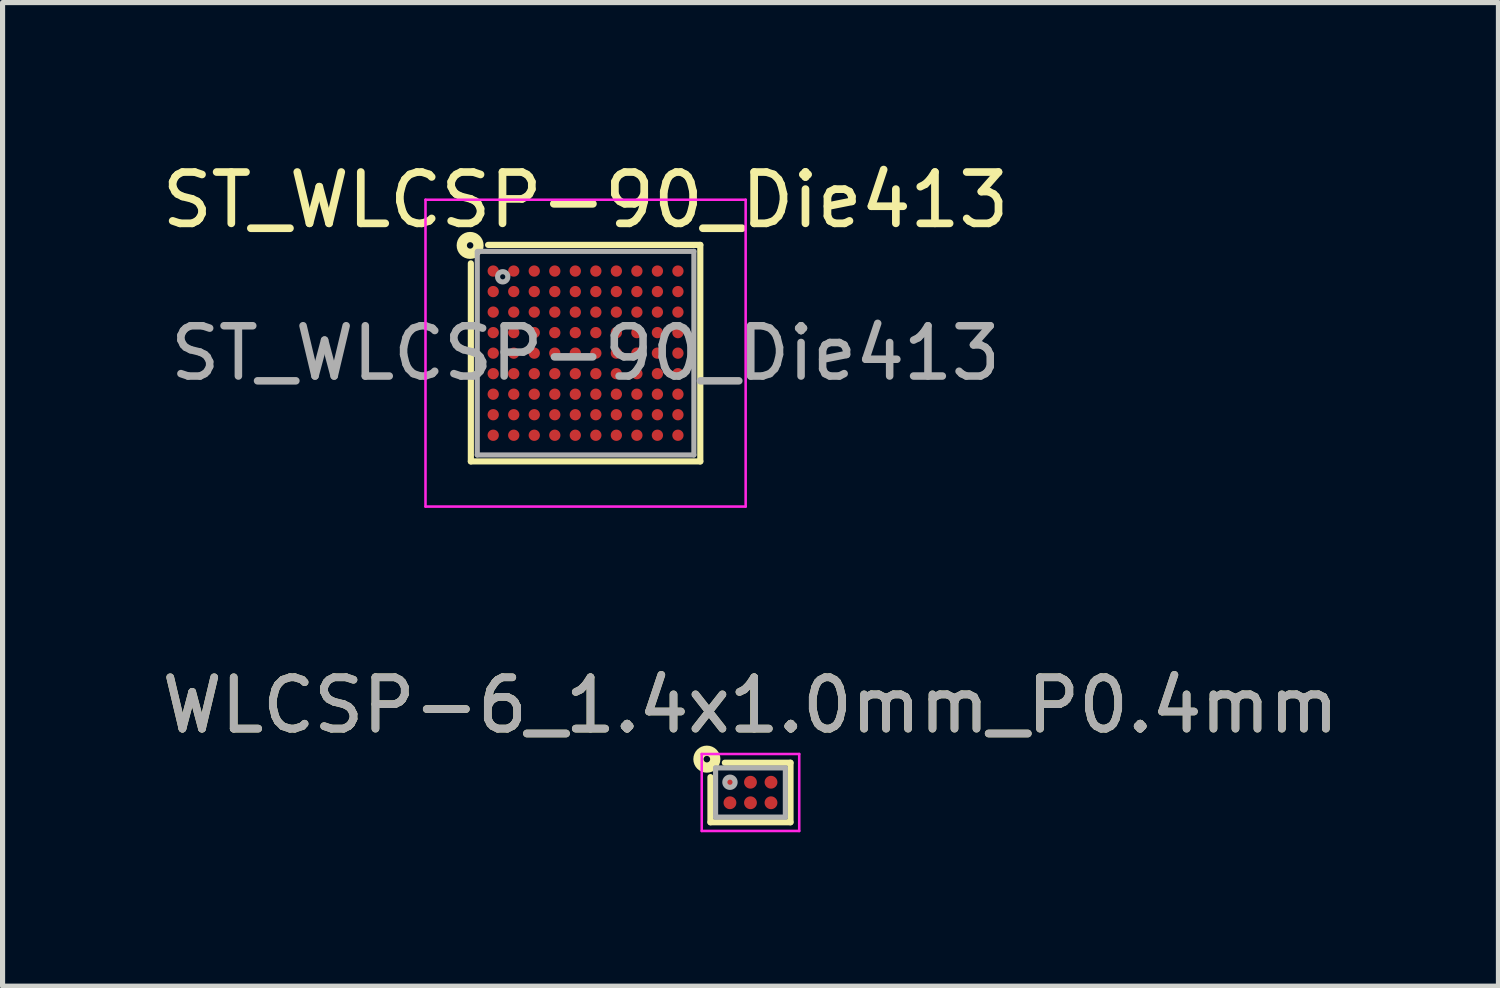
<source format=kicad_pcb>
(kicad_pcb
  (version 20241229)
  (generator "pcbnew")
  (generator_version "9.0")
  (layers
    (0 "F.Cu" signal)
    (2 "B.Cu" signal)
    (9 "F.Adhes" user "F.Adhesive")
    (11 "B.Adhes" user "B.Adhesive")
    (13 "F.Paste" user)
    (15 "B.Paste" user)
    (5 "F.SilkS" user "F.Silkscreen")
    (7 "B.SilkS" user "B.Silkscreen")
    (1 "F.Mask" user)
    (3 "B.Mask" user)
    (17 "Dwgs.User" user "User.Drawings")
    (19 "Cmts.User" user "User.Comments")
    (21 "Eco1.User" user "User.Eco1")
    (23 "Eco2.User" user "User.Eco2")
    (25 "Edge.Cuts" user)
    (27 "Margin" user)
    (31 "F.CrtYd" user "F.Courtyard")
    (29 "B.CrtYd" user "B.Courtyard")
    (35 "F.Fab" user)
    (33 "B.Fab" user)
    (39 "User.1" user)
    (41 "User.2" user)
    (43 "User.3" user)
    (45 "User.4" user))
  (footprint "WLCSP-6_1.4x1.0mm_P0.4mm"
    (layer "F.Cu")
    (at 11.577 12.396)
    (property "Reference" "WLCSP-6_1.4x1.0mm_P0.4mm" (at 0 -1.7 0) (layer "F.SilkS") (effects (font (size 1 1) (thickness 0.15))))
    (attr smd)
    (fp_line (start -0.78 0.58) (end -0.78 -0.3) (stroke (width 0.12) (type solid)) (layer "F.SilkS"))
    (fp_line (start -0.5 -0.58) (end 0.78 -0.58) (stroke (width 0.12) (type solid)) (layer "F.SilkS"))
    (fp_line (start 0.78 -0.58) (end 0.78 0.58) (stroke (width 0.12) (type solid)) (layer "F.SilkS"))
    (fp_line (start 0.78 0.58) (end -0.78 0.58) (stroke (width 0.12) (type solid)) (layer "F.SilkS"))
    (fp_circle (center -0.85 -0.65) (end -0.786 -0.65) (stroke (width 0.2) (type solid)) (fill no) (layer "F.SilkS"))
    (fp_line (start -0.95 -0.75) (end 0.95 -0.75) (stroke (width 0.05) (type solid)) (layer "F.CrtYd"))
    (fp_line (start -0.95 0.75) (end -0.95 -0.75) (stroke (width 0.05) (type solid)) (layer "F.CrtYd"))
    (fp_line (start 0.95 -0.75) (end 0.95 0.75) (stroke (width 0.05) (type solid)) (layer "F.CrtYd"))
    (fp_line (start 0.95 0.75) (end -0.95 0.75) (stroke (width 0.05) (type solid)) (layer "F.CrtYd"))
    (fp_line (start -0.68 -0.48) (end 0.68 -0.48) (stroke (width 0.1) (type solid)) (layer "F.Fab"))
    (fp_line (start -0.68 0.48) (end -0.68 -0.48) (stroke (width 0.1) (type solid)) (layer "F.Fab"))
    (fp_line (start 0.68 -0.48) (end 0.68 0.48) (stroke (width 0.1) (type solid)) (layer "F.Fab"))
    (fp_line (start 0.68 0.48) (end -0.68 0.48) (stroke (width 0.1) (type solid)) (layer "F.Fab"))
    (fp_circle (center -0.4 -0.2) (end -0.3 -0.2) (stroke (width 0.1) (type solid)) (fill no) (layer "F.Fab"))
    (fp_text user "${REFERENCE}" (at 0 -1.7 0) (layer "F.Fab") (effects (font (size 1 1) (thickness 0.15))))
    (pad "A1" smd circle (at -0.4 -0.2 90) (size 0.25 0.25) (layers "F.Cu" "F.Mask" "F.Paste"))
    (pad "A2" smd circle (at -0.4 0.2 90) (size 0.25 0.25) (layers "F.Cu" "F.Mask" "F.Paste"))
    (pad "B1" smd circle (at 0 -0.2 90) (size 0.25 0.25) (layers "F.Cu" "F.Mask" "F.Paste"))
    (pad "B2" smd circle (at 0 0.2 90) (size 0.25 0.25) (layers "F.Cu" "F.Mask" "F.Paste"))
    (pad "C1" smd circle (at 0.4 -0.2 90) (size 0.25 0.25) (layers "F.Cu" "F.Mask" "F.Paste"))
    (pad "C2" smd circle (at 0.4 0.2 90) (size 0.25 0.25) (layers "F.Cu" "F.Mask" "F.Paste")))
  (footprint "ST_WLCSP-90_Die413"
    (layer "F.Cu")
    (at 8.363 3.833)
    (property "Reference" "ST_WLCSP-90_Die413" (at 0 -2.985 0) (layer "F.SilkS") (effects (font (size 1 1) (thickness 0.15))))
    (attr smd)
    (fp_line (start -2.236 2.11) (end -2.236 -1.75) (stroke (width 0.12) (type solid)) (layer "F.SilkS"))
    (fp_line (start -1.9 -2.11) (end 2.236 -2.11) (stroke (width 0.12) (type solid)) (layer "F.SilkS"))
    (fp_line (start 2.236 -2.11) (end 2.236 2.11) (stroke (width 0.12) (type solid)) (layer "F.SilkS"))
    (fp_line (start 2.236 2.11) (end -2.236 2.11) (stroke (width 0.12) (type solid)) (layer "F.SilkS"))
    (fp_circle (center -2.25 -2.1) (end -2.187 -2.1) (stroke (width 0.2) (type solid)) (fill no) (layer "F.SilkS"))
    (fp_line (start -3.12 -2.99) (end -3.12 2.99) (stroke (width 0.05) (type solid)) (layer "F.CrtYd"))
    (fp_line (start -3.12 2.99) (end 3.12 2.99) (stroke (width 0.05) (type solid)) (layer "F.CrtYd"))
    (fp_line (start 3.12 -2.99) (end -3.12 -2.99) (stroke (width 0.05) (type solid)) (layer "F.CrtYd"))
    (fp_line (start 3.12 2.99) (end 3.12 -2.99) (stroke (width 0.05) (type solid)) (layer "F.CrtYd"))
    (fp_line (start -2.111 1.984) (end -2.111 -1.97) (stroke (width 0.1) (type solid)) (layer "F.Fab"))
    (fp_line (start -2.11 -1.984) (end 2.111 -1.984) (stroke (width 0.1) (type solid)) (layer "F.Fab"))
    (fp_line (start 2.111 -1.984) (end 2.111 1.984) (stroke (width 0.1) (type solid)) (layer "F.Fab"))
    (fp_line (start 2.111 1.984) (end -2.111 1.984) (stroke (width 0.1) (type solid)) (layer "F.Fab"))
    (fp_circle (center -1.615 -1.488) (end -1.515 -1.488) (stroke (width 0.1) (type solid)) (fill no) (layer "F.Fab"))
    (fp_text user "${REFERENCE}" (at 0 0 0) (layer "F.Fab") (effects (font (size 0.98 0.98) (thickness 0.147))))
    (pad "A1" smd circle (at -1.8 -1.6) (size 0.22 0.22) (layers "F.Cu" "F.Mask" "F.Paste"))
    (pad "A2" smd circle (at -1.4 -1.6) (size 0.22 0.22) (layers "F.Cu" "F.Mask" "F.Paste"))
    (pad "A3" smd circle (at -1 -1.6) (size 0.22 0.22) (layers "F.Cu" "F.Mask" "F.Paste"))
    (pad "A4" smd circle (at -0.6 -1.6) (size 0.22 0.22) (layers "F.Cu" "F.Mask" "F.Paste"))
    (pad "A5" smd circle (at -0.2 -1.6) (size 0.22 0.22) (layers "F.Cu" "F.Mask" "F.Paste"))
    (pad "A6" smd circle (at 0.2 -1.6) (size 0.22 0.22) (layers "F.Cu" "F.Mask" "F.Paste"))
    (pad "A7" smd circle (at 0.6 -1.6) (size 0.22 0.22) (layers "F.Cu" "F.Mask" "F.Paste"))
    (pad "A8" smd circle (at 1 -1.6) (size 0.22 0.22) (layers "F.Cu" "F.Mask" "F.Paste"))
    (pad "A9" smd circle (at 1.4 -1.6) (size 0.22 0.22) (layers "F.Cu" "F.Mask" "F.Paste"))
    (pad "A10" smd circle (at 1.8 -1.6) (size 0.22 0.22) (layers "F.Cu" "F.Mask" "F.Paste"))
    (pad "B1" smd circle (at -1.8 -1.2) (size 0.22 0.22) (layers "F.Cu" "F.Mask" "F.Paste"))
    (pad "B2" smd circle (at -1.4 -1.2) (size 0.22 0.22) (layers "F.Cu" "F.Mask" "F.Paste"))
    (pad "B3" smd circle (at -1 -1.2) (size 0.22 0.22) (layers "F.Cu" "F.Mask" "F.Paste"))
    (pad "B4" smd circle (at -0.6 -1.2) (size 0.22 0.22) (layers "F.Cu" "F.Mask" "F.Paste"))
    (pad "B5" smd circle (at -0.2 -1.2) (size 0.22 0.22) (layers "F.Cu" "F.Mask" "F.Paste"))
    (pad "B6" smd circle (at 0.2 -1.2) (size 0.22 0.22) (layers "F.Cu" "F.Mask" "F.Paste"))
    (pad "B7" smd circle (at 0.6 -1.2) (size 0.22 0.22) (layers "F.Cu" "F.Mask" "F.Paste"))
    (pad "B8" smd circle (at 1 -1.2) (size 0.22 0.22) (layers "F.Cu" "F.Mask" "F.Paste"))
    (pad "B9" smd circle (at 1.4 -1.2) (size 0.22 0.22) (layers "F.Cu" "F.Mask" "F.Paste"))
    (pad "B10" smd circle (at 1.8 -1.2) (size 0.22 0.22) (layers "F.Cu" "F.Mask" "F.Paste"))
    (pad "C1" smd circle (at -1.8 -0.8) (size 0.22 0.22) (layers "F.Cu" "F.Mask" "F.Paste"))
    (pad "C2" smd circle (at -1.4 -0.8) (size 0.22 0.22) (layers "F.Cu" "F.Mask" "F.Paste"))
    (pad "C3" smd circle (at -1 -0.8) (size 0.22 0.22) (layers "F.Cu" "F.Mask" "F.Paste"))
    (pad "C4" smd circle (at -0.6 -0.8) (size 0.22 0.22) (layers "F.Cu" "F.Mask" "F.Paste"))
    (pad "C5" smd circle (at -0.2 -0.8) (size 0.22 0.22) (layers "F.Cu" "F.Mask" "F.Paste"))
    (pad "C6" smd circle (at 0.2 -0.8) (size 0.22 0.22) (layers "F.Cu" "F.Mask" "F.Paste"))
    (pad "C7" smd circle (at 0.6 -0.8) (size 0.22 0.22) (layers "F.Cu" "F.Mask" "F.Paste"))
    (pad "C8" smd circle (at 1 -0.8) (size 0.22 0.22) (layers "F.Cu" "F.Mask" "F.Paste"))
    (pad "C9" smd circle (at 1.4 -0.8) (size 0.22 0.22) (layers "F.Cu" "F.Mask" "F.Paste"))
    (pad "C10" smd circle (at 1.8 -0.8) (size 0.22 0.22) (layers "F.Cu" "F.Mask" "F.Paste"))
    (pad "D1" smd circle (at -1.8 -0.4) (size 0.22 0.22) (layers "F.Cu" "F.Mask" "F.Paste"))
    (pad "D2" smd circle (at -1.4 -0.4) (size 0.22 0.22) (layers "F.Cu" "F.Mask" "F.Paste"))
    (pad "D3" smd circle (at -1 -0.4) (size 0.22 0.22) (layers "F.Cu" "F.Mask" "F.Paste"))
    (pad "D4" smd circle (at -0.6 -0.4) (size 0.22 0.22) (layers "F.Cu" "F.Mask" "F.Paste"))
    (pad "D5" smd circle (at -0.2 -0.4) (size 0.22 0.22) (layers "F.Cu" "F.Mask" "F.Paste"))
    (pad "D6" smd circle (at 0.2 -0.4) (size 0.22 0.22) (layers "F.Cu" "F.Mask" "F.Paste"))
    (pad "D7" smd circle (at 0.6 -0.4) (size 0.22 0.22) (layers "F.Cu" "F.Mask" "F.Paste"))
    (pad "D8" smd circle (at 1 -0.4) (size 0.22 0.22) (layers "F.Cu" "F.Mask" "F.Paste"))
    (pad "D9" smd circle (at 1.4 -0.4) (size 0.22 0.22) (layers "F.Cu" "F.Mask" "F.Paste"))
    (pad "D10" smd circle (at 1.8 -0.4) (size 0.22 0.22) (layers "F.Cu" "F.Mask" "F.Paste"))
    (pad "E1" smd circle (at -1.8 0) (size 0.22 0.22) (layers "F.Cu" "F.Mask" "F.Paste"))
    (pad "E2" smd circle (at -1.4 0) (size 0.22 0.22) (layers "F.Cu" "F.Mask" "F.Paste"))
    (pad "E3" smd circle (at -1 0) (size 0.22 0.22) (layers "F.Cu" "F.Mask" "F.Paste"))
    (pad "E4" smd circle (at -0.6 0) (size 0.22 0.22) (layers "F.Cu" "F.Mask" "F.Paste"))
    (pad "E5" smd circle (at -0.2 0) (size 0.22 0.22) (layers "F.Cu" "F.Mask" "F.Paste"))
    (pad "E6" smd circle (at 0.2 0) (size 0.22 0.22) (layers "F.Cu" "F.Mask" "F.Paste"))
    (pad "E7" smd circle (at 0.6 0) (size 0.22 0.22) (layers "F.Cu" "F.Mask" "F.Paste"))
    (pad "E8" smd circle (at 1 0) (size 0.22 0.22) (layers "F.Cu" "F.Mask" "F.Paste"))
    (pad "E9" smd circle (at 1.4 0) (size 0.22 0.22) (layers "F.Cu" "F.Mask" "F.Paste"))
    (pad "E10" smd circle (at 1.8 0) (size 0.22 0.22) (layers "F.Cu" "F.Mask" "F.Paste"))
    (pad "F1" smd circle (at -1.8 0.4) (size 0.22 0.22) (layers "F.Cu" "F.Mask" "F.Paste"))
    (pad "F2" smd circle (at -1.4 0.4) (size 0.22 0.22) (layers "F.Cu" "F.Mask" "F.Paste"))
    (pad "F3" smd circle (at -1 0.4) (size 0.22 0.22) (layers "F.Cu" "F.Mask" "F.Paste"))
    (pad "F4" smd circle (at -0.6 0.4) (size 0.22 0.22) (layers "F.Cu" "F.Mask" "F.Paste"))
    (pad "F5" smd circle (at -0.2 0.4) (size 0.22 0.22) (layers "F.Cu" "F.Mask" "F.Paste"))
    (pad "F6" smd circle (at 0.2 0.4) (size 0.22 0.22) (layers "F.Cu" "F.Mask" "F.Paste"))
    (pad "F7" smd circle (at 0.6 0.4) (size 0.22 0.22) (layers "F.Cu" "F.Mask" "F.Paste"))
    (pad "F8" smd circle (at 1 0.4) (size 0.22 0.22) (layers "F.Cu" "F.Mask" "F.Paste"))
    (pad "F9" smd circle (at 1.4 0.4) (size 0.22 0.22) (layers "F.Cu" "F.Mask" "F.Paste"))
    (pad "F10" smd circle (at 1.8 0.4) (size 0.22 0.22) (layers "F.Cu" "F.Mask" "F.Paste"))
    (pad "G1" smd circle (at -1.8 0.8) (size 0.22 0.22) (layers "F.Cu" "F.Mask" "F.Paste"))
    (pad "G2" smd circle (at -1.4 0.8) (size 0.22 0.22) (layers "F.Cu" "F.Mask" "F.Paste"))
    (pad "G3" smd circle (at -1 0.8) (size 0.22 0.22) (layers "F.Cu" "F.Mask" "F.Paste"))
    (pad "G4" smd circle (at -0.6 0.8) (size 0.22 0.22) (layers "F.Cu" "F.Mask" "F.Paste"))
    (pad "G5" smd circle (at -0.2 0.8) (size 0.22 0.22) (layers "F.Cu" "F.Mask" "F.Paste"))
    (pad "G6" smd circle (at 0.2 0.8) (size 0.22 0.22) (layers "F.Cu" "F.Mask" "F.Paste"))
    (pad "G7" smd circle (at 0.6 0.8) (size 0.22 0.22) (layers "F.Cu" "F.Mask" "F.Paste"))
    (pad "G8" smd circle (at 1 0.8) (size 0.22 0.22) (layers "F.Cu" "F.Mask" "F.Paste"))
    (pad "G9" smd circle (at 1.4 0.8) (size 0.22 0.22) (layers "F.Cu" "F.Mask" "F.Paste"))
    (pad "G10" smd circle (at 1.8 0.8) (size 0.22 0.22) (layers "F.Cu" "F.Mask" "F.Paste"))
    (pad "H1" smd circle (at -1.8 1.2) (size 0.22 0.22) (layers "F.Cu" "F.Mask" "F.Paste"))
    (pad "H2" smd circle (at -1.4 1.2) (size 0.22 0.22) (layers "F.Cu" "F.Mask" "F.Paste"))
    (pad "H3" smd circle (at -1 1.2) (size 0.22 0.22) (layers "F.Cu" "F.Mask" "F.Paste"))
    (pad "H4" smd circle (at -0.6 1.2) (size 0.22 0.22) (layers "F.Cu" "F.Mask" "F.Paste"))
    (pad "H5" smd circle (at -0.2 1.2) (size 0.22 0.22) (layers "F.Cu" "F.Mask" "F.Paste"))
    (pad "H6" smd circle (at 0.2 1.2) (size 0.22 0.22) (layers "F.Cu" "F.Mask" "F.Paste"))
    (pad "H7" smd circle (at 0.6 1.2) (size 0.22 0.22) (layers "F.Cu" "F.Mask" "F.Paste"))
    (pad "H8" smd circle (at 1 1.2) (size 0.22 0.22) (layers "F.Cu" "F.Mask" "F.Paste"))
    (pad "H9" smd circle (at 1.4 1.2) (size 0.22 0.22) (layers "F.Cu" "F.Mask" "F.Paste"))
    (pad "H10" smd circle (at 1.8 1.2) (size 0.22 0.22) (layers "F.Cu" "F.Mask" "F.Paste"))
    (pad "J1" smd circle (at -1.8 1.6) (size 0.22 0.22) (layers "F.Cu" "F.Mask" "F.Paste"))
    (pad "J2" smd circle (at -1.4 1.6) (size 0.22 0.22) (layers "F.Cu" "F.Mask" "F.Paste"))
    (pad "J3" smd circle (at -1 1.6) (size 0.22 0.22) (layers "F.Cu" "F.Mask" "F.Paste"))
    (pad "J4" smd circle (at -0.6 1.6) (size 0.22 0.22) (layers "F.Cu" "F.Mask" "F.Paste"))
    (pad "J5" smd circle (at -0.2 1.6) (size 0.22 0.22) (layers "F.Cu" "F.Mask" "F.Paste"))
    (pad "J6" smd circle (at 0.2 1.6) (size 0.22 0.22) (layers "F.Cu" "F.Mask" "F.Paste"))
    (pad "J7" smd circle (at 0.6 1.6) (size 0.22 0.22) (layers "F.Cu" "F.Mask" "F.Paste"))
    (pad "J8" smd circle (at 1 1.6) (size 0.22 0.22) (layers "F.Cu" "F.Mask" "F.Paste"))
    (pad "J9" smd circle (at 1.4 1.6) (size 0.22 0.22) (layers "F.Cu" "F.Mask" "F.Paste"))
    (pad "J10" smd circle (at 1.8 1.6) (size 0.22 0.22) (layers "F.Cu" "F.Mask" "F.Paste")))
  (gr_rect
    (start -3 -3)
    (end 26.155 16.171)
    (stroke (width 0.1) (type default))
    (fill no)
    (layer "Edge.Cuts")))
</source>
